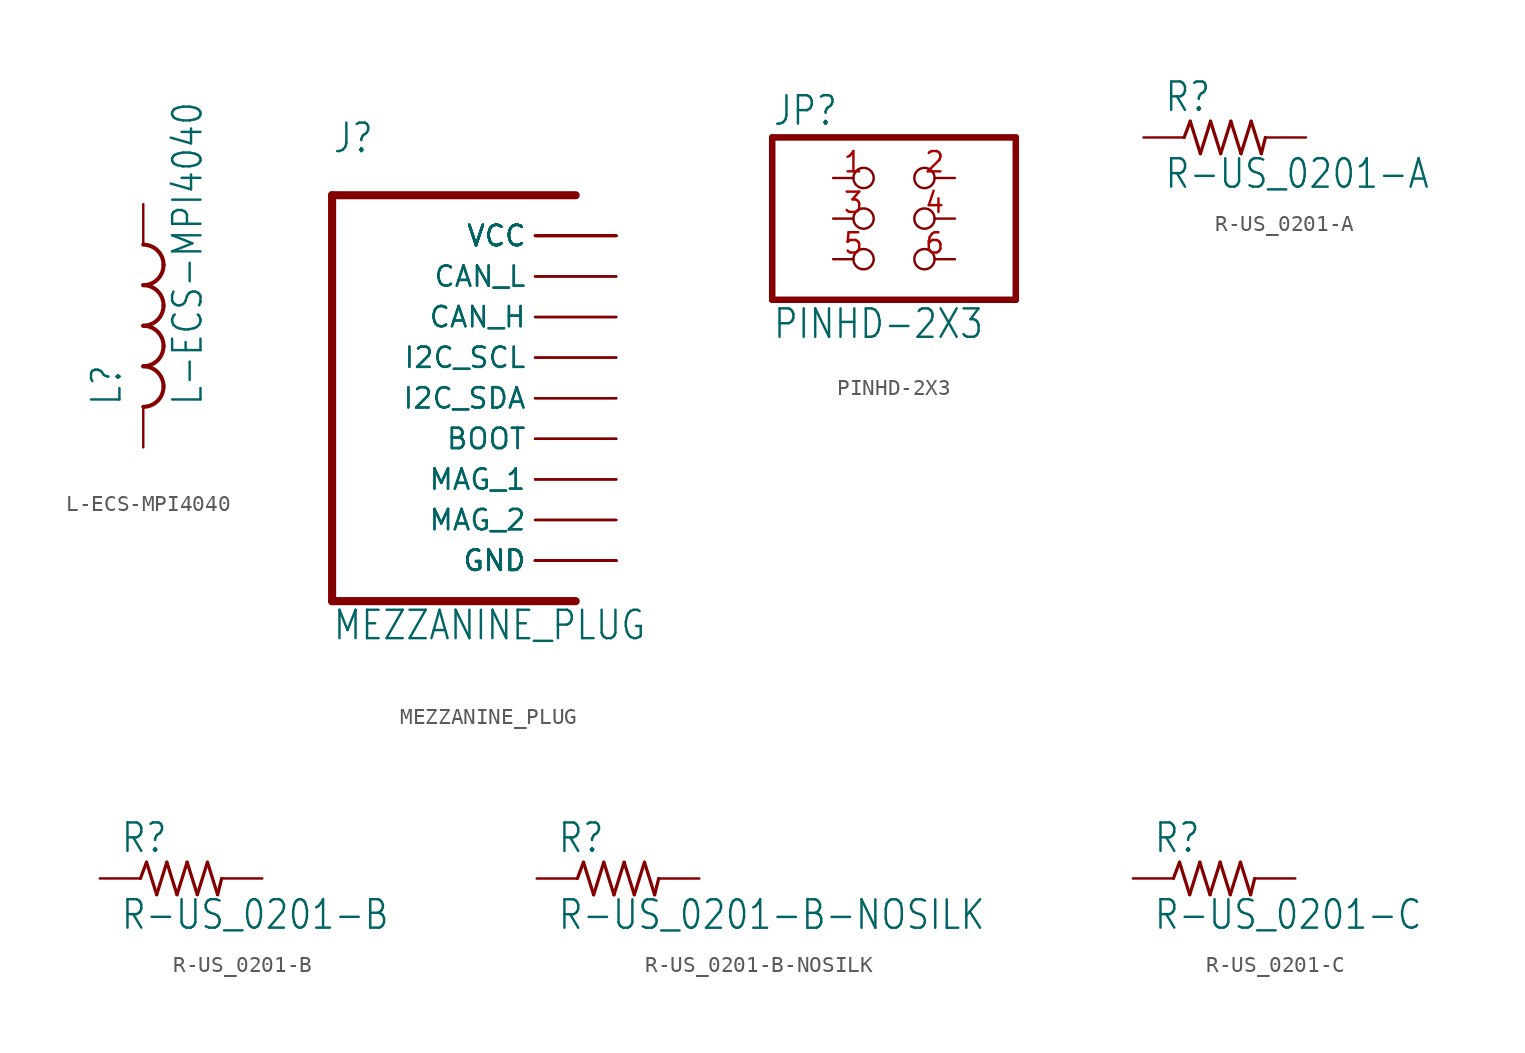
<source format=kicad_sym>
(kicad_symbol_lib
  (version 20210619)
  (generator kicad_symbol_editor)
  (symbol "L-ECS-MPI4040"
    (property "Reference" "L"
      (at -1.27 -5.08 90)
      (effects (font (size 1.778 1.511)) (justify left bottom)))
    (property "Value" "L-ECS-MPI4040"
      (at 3.81 -5.08 90)
      (effects (font (size 1.778 1.511)) (justify left bottom)))
    (property "ki_locked" ""
      (at 0 0 0)
      (effects (font (size 1.27 1.27))))
    (symbol "L-ECS-MPI4040_1_0"
      (arc (start 1.27 -3.81) (end 0 -2.54) (radius (at 0 -3.81) (length 1.27) (angles 0 90)) (stroke (width 0.254)) (fill (type none)))
      (arc (start 0 -5.08) (end 1.27 -3.81) (radius (at 0 -3.81) (length 1.27) (angles -90 0)) (stroke (width 0.254)) (fill (type none)))
      (arc (start 1.27 -1.27) (end 0 0) (radius (at 0 -1.27) (length 1.27) (angles 0 90)) (stroke (width 0.254)) (fill (type none)))
      (arc (start 0 -2.54) (end 1.27 -1.27) (radius (at 0 -1.27) (length 1.27) (angles -90 0)) (stroke (width 0.254)) (fill (type none)))
      (arc (start 1.27 1.27) (end 0 2.54) (radius (at 0 1.27) (length 1.27) (angles 0 90)) (stroke (width 0.254)) (fill (type none)))
      (arc (start 0 0) (end 1.27 1.27) (radius (at 0 1.27) (length 1.27) (angles -90 0)) (stroke (width 0.254)) (fill (type none)))
      (arc (start 1.27 3.81) (end 0 5.08) (radius (at 0 3.81) (length 1.27) (angles 0 90)) (stroke (width 0.254)) (fill (type none)))
      (arc (start 0 2.54) (end 1.27 3.81) (radius (at 0 3.81) (length 1.27) (angles -90 0)) (stroke (width 0.254)) (fill (type none)))
      (pin passive line (at 0 7.62 270) (length 2.54) (name "1" (effects (font (size 0 0)))) (number "1" (effects (font (size 0 0)))))
      (pin passive line (at 0 -7.62 90) (length 2.54) (name "2" (effects (font (size 0 0)))) (number "2" (effects (font (size 0 0)))))))
  (symbol "MEZZANINE_PLUG"
    (property "Reference" "J"
      (at -12.7 15.24 0)
      (effects (font (size 1.778 1.511)) (justify left bottom)))
    (property "Value" "MEZZANINE_PLUG"
      (at -12.7 -15.24 0)
      (effects (font (size 1.778 1.511)) (justify left bottom)))
    (property "ki_locked" ""
      (at 0 0 0)
      (effects (font (size 1.27 1.27))))
    (symbol "MEZZANINE_PLUG_1_0"
      (polyline (pts (xy -12.7 -12.7) (xy 2.54 -12.7)) (stroke (width 0.508)) (fill (type none)))
      (polyline (pts (xy -12.7 12.7) (xy -12.7 -12.7)) (stroke (width 0.508)) (fill (type none)))
      (polyline (pts (xy 2.54 12.7) (xy -12.7 12.7)) (stroke (width 0.508)) (fill (type none)))
      (pin bidirectional line (at 5.08 -10.16 180) (length 5.08) (name "GND" (effects (font (size 1.27 1.27)))) (number "P$1" (effects (font (size 0 0)))))
      (pin bidirectional line (at 5.08 -5.08 180) (length 5.08) (name "MAG_1" (effects (font (size 1.27 1.27)))) (number "P$10" (effects (font (size 0 0)))))
      (pin bidirectional line (at 5.08 -7.62 180) (length 5.08) (name "MAG_2" (effects (font (size 1.27 1.27)))) (number "P$11" (effects (font (size 0 0)))))
      (pin bidirectional line (at 5.08 10.16 180) (length 5.08) (name "VCC" (effects (font (size 1.27 1.27)))) (number "P$12" (effects (font (size 0 0)))))
      (pin bidirectional line (at 5.08 10.16 180) (length 5.08) (name "VCC" (effects (font (size 1.27 1.27)))) (number "P$13" (effects (font (size 0 0)))))
      (pin bidirectional line (at 5.08 -10.16 180) (length 5.08) (name "GND" (effects (font (size 1.27 1.27)))) (number "P$14" (effects (font (size 0 0)))))
      (pin bidirectional line (at 5.08 -10.16 180) (length 5.08) (name "GND" (effects (font (size 1.27 1.27)))) (number "P$15" (effects (font (size 0 0)))))
      (pin bidirectional line (at 5.08 -10.16 180) (length 5.08) (name "GND" (effects (font (size 1.27 1.27)))) (number "P$16" (effects (font (size 0 0)))))
      (pin bidirectional line (at 5.08 -10.16 180) (length 5.08) (name "GND" (effects (font (size 1.27 1.27)))) (number "P$17" (effects (font (size 0 0)))))
      (pin bidirectional line (at 5.08 10.16 180) (length 5.08) (name "VCC" (effects (font (size 1.27 1.27)))) (number "P$18" (effects (font (size 0 0)))))
      (pin bidirectional line (at 5.08 10.16 180) (length 5.08) (name "VCC" (effects (font (size 1.27 1.27)))) (number "P$19" (effects (font (size 0 0)))))
      (pin bidirectional line (at 5.08 -10.16 180) (length 5.08) (name "GND" (effects (font (size 1.27 1.27)))) (number "P$2" (effects (font (size 0 0)))))
      (pin bidirectional line (at 5.08 -7.62 180) (length 5.08) (name "MAG_2" (effects (font (size 1.27 1.27)))) (number "P$20" (effects (font (size 0 0)))))
      (pin bidirectional line (at 5.08 -5.08 180) (length 5.08) (name "MAG_1" (effects (font (size 1.27 1.27)))) (number "P$21" (effects (font (size 0 0)))))
      (pin bidirectional line (at 5.08 -2.54 180) (length 5.08) (name "BOOT" (effects (font (size 1.27 1.27)))) (number "P$22" (effects (font (size 0 0)))))
      (pin bidirectional line (at 5.08 0 180) (length 5.08) (name "I2C_SDA" (effects (font (size 1.27 1.27)))) (number "P$23" (effects (font (size 0 0)))))
      (pin bidirectional line (at 5.08 2.54 180) (length 5.08) (name "I2C_SCL" (effects (font (size 1.27 1.27)))) (number "P$24" (effects (font (size 0 0)))))
      (pin bidirectional line (at 5.08 5.08 180) (length 5.08) (name "CAN_H" (effects (font (size 1.27 1.27)))) (number "P$25" (effects (font (size 0 0)))))
      (pin bidirectional line (at 5.08 7.62 180) (length 5.08) (name "CAN_L" (effects (font (size 1.27 1.27)))) (number "P$26" (effects (font (size 0 0)))))
      (pin bidirectional line (at 5.08 10.16 180) (length 5.08) (name "VCC" (effects (font (size 1.27 1.27)))) (number "P$27" (effects (font (size 0 0)))))
      (pin bidirectional line (at 5.08 10.16 180) (length 5.08) (name "VCC" (effects (font (size 1.27 1.27)))) (number "P$28" (effects (font (size 0 0)))))
      (pin bidirectional line (at 5.08 -10.16 180) (length 5.08) (name "GND" (effects (font (size 1.27 1.27)))) (number "P$29" (effects (font (size 0 0)))))
      (pin bidirectional line (at 5.08 10.16 180) (length 5.08) (name "VCC" (effects (font (size 1.27 1.27)))) (number "P$3" (effects (font (size 0 0)))))
      (pin bidirectional line (at 5.08 -10.16 180) (length 5.08) (name "GND" (effects (font (size 1.27 1.27)))) (number "P$30" (effects (font (size 0 0)))))
      (pin bidirectional line (at 5.08 10.16 180) (length 5.08) (name "VCC" (effects (font (size 1.27 1.27)))) (number "P$4" (effects (font (size 0 0)))))
      (pin bidirectional line (at 5.08 7.62 180) (length 5.08) (name "CAN_L" (effects (font (size 1.27 1.27)))) (number "P$5" (effects (font (size 0 0)))))
      (pin bidirectional line (at 5.08 5.08 180) (length 5.08) (name "CAN_H" (effects (font (size 1.27 1.27)))) (number "P$6" (effects (font (size 0 0)))))
      (pin bidirectional line (at 5.08 2.54 180) (length 5.08) (name "I2C_SCL" (effects (font (size 1.27 1.27)))) (number "P$7" (effects (font (size 0 0)))))
      (pin bidirectional line (at 5.08 0 180) (length 5.08) (name "I2C_SDA" (effects (font (size 1.27 1.27)))) (number "P$8" (effects (font (size 0 0)))))
      (pin bidirectional line (at 5.08 -2.54 180) (length 5.08) (name "BOOT" (effects (font (size 1.27 1.27)))) (number "P$9" (effects (font (size 0 0)))))))
  (symbol "PINHD-2X3"
    (property "Reference" "JP"
      (at -6.35 5.715 0)
      (effects (font (size 1.778 1.511)) (justify left bottom)))
    (property "Value" "PINHD-2X3"
      (at -6.35 -7.62 0)
      (effects (font (size 1.778 1.511)) (justify left bottom)))
    (property "ki_locked" ""
      (at 0 0 0)
      (effects (font (size 1.27 1.27))))
    (symbol "PINHD-2X3_1_0"
      (polyline (pts (xy -6.35 -5.08) (xy 8.89 -5.08)) (stroke (width 0.406)) (fill (type none)))
      (polyline (pts (xy -6.35 5.08) (xy -6.35 -5.08)) (stroke (width 0.406)) (fill (type none)))
      (polyline (pts (xy 8.89 -5.08) (xy 8.89 5.08)) (stroke (width 0.406)) (fill (type none)))
      (polyline (pts (xy 8.89 5.08) (xy -6.35 5.08)) (stroke (width 0.406)) (fill (type none)))
      (pin passive inverted (at -2.54 2.54 0) (length 2.54) (name "1" (effects (font (size 0 0)))) (number "1" (effects (font (size 1.27 1.27)))))
      (pin passive inverted (at 5.08 2.54 180) (length 2.54) (name "2" (effects (font (size 0 0)))) (number "2" (effects (font (size 1.27 1.27)))))
      (pin passive inverted (at -2.54 0 0) (length 2.54) (name "3" (effects (font (size 0 0)))) (number "3" (effects (font (size 1.27 1.27)))))
      (pin passive inverted (at 5.08 0 180) (length 2.54) (name "4" (effects (font (size 0 0)))) (number "4" (effects (font (size 1.27 1.27)))))
      (pin passive inverted (at -2.54 -2.54 0) (length 2.54) (name "5" (effects (font (size 0 0)))) (number "5" (effects (font (size 1.27 1.27)))))
      (pin passive inverted (at 5.08 -2.54 180) (length 2.54) (name "6" (effects (font (size 0 0)))) (number "6" (effects (font (size 1.27 1.27)))))))
  (symbol "R-US_0201-A"
    (property "Reference" "R"
      (at -3.81 1.499 0)
      (effects (font (size 1.778 1.511)) (justify left bottom)))
    (property "Value" "R-US_0201-A"
      (at -3.81 -3.302 0)
      (effects (font (size 1.778 1.511)) (justify left bottom)))
    (property "ki_locked" ""
      (at 0 0 0)
      (effects (font (size 1.27 1.27))))
    (symbol "R-US_0201-A_1_0"
      (polyline (pts (xy -2.54 0) (xy -2.159 1.016)) (stroke (width 0.203)) (fill (type none)))
      (polyline (pts (xy -2.159 1.016) (xy -1.524 -1.016)) (stroke (width 0.203)) (fill (type none)))
      (polyline (pts (xy -1.524 -1.016) (xy -0.889 1.016)) (stroke (width 0.203)) (fill (type none)))
      (polyline (pts (xy -0.889 1.016) (xy -0.254 -1.016)) (stroke (width 0.203)) (fill (type none)))
      (polyline (pts (xy -0.254 -1.016) (xy 0.381 1.016)) (stroke (width 0.203)) (fill (type none)))
      (polyline (pts (xy 0.381 1.016) (xy 1.016 -1.016)) (stroke (width 0.203)) (fill (type none)))
      (polyline (pts (xy 1.016 -1.016) (xy 1.651 1.016)) (stroke (width 0.203)) (fill (type none)))
      (polyline (pts (xy 1.651 1.016) (xy 2.286 -1.016)) (stroke (width 0.203)) (fill (type none)))
      (polyline (pts (xy 2.286 -1.016) (xy 2.54 0)) (stroke (width 0.203)) (fill (type none)))
      (pin passive line (at -5.08 0 0) (length 2.54) (name "1" (effects (font (size 0 0)))) (number "1" (effects (font (size 0 0)))))
      (pin passive line (at 5.08 0 180) (length 2.54) (name "2" (effects (font (size 0 0)))) (number "2" (effects (font (size 0 0)))))))
  (symbol "R-US_0201-B"
    (property "Reference" "R"
      (at -3.81 1.499 0)
      (effects (font (size 1.778 1.511)) (justify left bottom)))
    (property "Value" "R-US_0201-B"
      (at -3.81 -3.302 0)
      (effects (font (size 1.778 1.511)) (justify left bottom)))
    (property "ki_locked" ""
      (at 0 0 0)
      (effects (font (size 1.27 1.27))))
    (symbol "R-US_0201-B_1_0"
      (polyline (pts (xy -2.54 0) (xy -2.159 1.016)) (stroke (width 0.203)) (fill (type none)))
      (polyline (pts (xy -2.159 1.016) (xy -1.524 -1.016)) (stroke (width 0.203)) (fill (type none)))
      (polyline (pts (xy -1.524 -1.016) (xy -0.889 1.016)) (stroke (width 0.203)) (fill (type none)))
      (polyline (pts (xy -0.889 1.016) (xy -0.254 -1.016)) (stroke (width 0.203)) (fill (type none)))
      (polyline (pts (xy -0.254 -1.016) (xy 0.381 1.016)) (stroke (width 0.203)) (fill (type none)))
      (polyline (pts (xy 0.381 1.016) (xy 1.016 -1.016)) (stroke (width 0.203)) (fill (type none)))
      (polyline (pts (xy 1.016 -1.016) (xy 1.651 1.016)) (stroke (width 0.203)) (fill (type none)))
      (polyline (pts (xy 1.651 1.016) (xy 2.286 -1.016)) (stroke (width 0.203)) (fill (type none)))
      (polyline (pts (xy 2.286 -1.016) (xy 2.54 0)) (stroke (width 0.203)) (fill (type none)))
      (pin passive line (at -5.08 0 0) (length 2.54) (name "1" (effects (font (size 0 0)))) (number "1" (effects (font (size 0 0)))))
      (pin passive line (at 5.08 0 180) (length 2.54) (name "2" (effects (font (size 0 0)))) (number "2" (effects (font (size 0 0)))))))
  (symbol "R-US_0201-B-NOSILK"
    (property "Reference" "R"
      (at -3.81 1.499 0)
      (effects (font (size 1.778 1.511)) (justify left bottom)))
    (property "Value" "R-US_0201-B-NOSILK"
      (at -3.81 -3.302 0)
      (effects (font (size 1.778 1.511)) (justify left bottom)))
    (property "ki_locked" ""
      (at 0 0 0)
      (effects (font (size 1.27 1.27))))
    (symbol "R-US_0201-B-NOSILK_1_0"
      (polyline (pts (xy -2.54 0) (xy -2.159 1.016)) (stroke (width 0.203)) (fill (type none)))
      (polyline (pts (xy -2.159 1.016) (xy -1.524 -1.016)) (stroke (width 0.203)) (fill (type none)))
      (polyline (pts (xy -1.524 -1.016) (xy -0.889 1.016)) (stroke (width 0.203)) (fill (type none)))
      (polyline (pts (xy -0.889 1.016) (xy -0.254 -1.016)) (stroke (width 0.203)) (fill (type none)))
      (polyline (pts (xy -0.254 -1.016) (xy 0.381 1.016)) (stroke (width 0.203)) (fill (type none)))
      (polyline (pts (xy 0.381 1.016) (xy 1.016 -1.016)) (stroke (width 0.203)) (fill (type none)))
      (polyline (pts (xy 1.016 -1.016) (xy 1.651 1.016)) (stroke (width 0.203)) (fill (type none)))
      (polyline (pts (xy 1.651 1.016) (xy 2.286 -1.016)) (stroke (width 0.203)) (fill (type none)))
      (polyline (pts (xy 2.286 -1.016) (xy 2.54 0)) (stroke (width 0.203)) (fill (type none)))
      (pin passive line (at -5.08 0 0) (length 2.54) (name "1" (effects (font (size 0 0)))) (number "1" (effects (font (size 0 0)))))
      (pin passive line (at 5.08 0 180) (length 2.54) (name "2" (effects (font (size 0 0)))) (number "2" (effects (font (size 0 0)))))))
  (symbol "R-US_0201-C"
    (property "Reference" "R"
      (at -3.81 1.499 0)
      (effects (font (size 1.778 1.511)) (justify left bottom)))
    (property "Value" "R-US_0201-C"
      (at -3.81 -3.302 0)
      (effects (font (size 1.778 1.511)) (justify left bottom)))
    (property "ki_locked" ""
      (at 0 0 0)
      (effects (font (size 1.27 1.27))))
    (symbol "R-US_0201-C_1_0"
      (polyline (pts (xy -2.54 0) (xy -2.159 1.016)) (stroke (width 0.203)) (fill (type none)))
      (polyline (pts (xy -2.159 1.016) (xy -1.524 -1.016)) (stroke (width 0.203)) (fill (type none)))
      (polyline (pts (xy -1.524 -1.016) (xy -0.889 1.016)) (stroke (width 0.203)) (fill (type none)))
      (polyline (pts (xy -0.889 1.016) (xy -0.254 -1.016)) (stroke (width 0.203)) (fill (type none)))
      (polyline (pts (xy -0.254 -1.016) (xy 0.381 1.016)) (stroke (width 0.203)) (fill (type none)))
      (polyline (pts (xy 0.381 1.016) (xy 1.016 -1.016)) (stroke (width 0.203)) (fill (type none)))
      (polyline (pts (xy 1.016 -1.016) (xy 1.651 1.016)) (stroke (width 0.203)) (fill (type none)))
      (polyline (pts (xy 1.651 1.016) (xy 2.286 -1.016)) (stroke (width 0.203)) (fill (type none)))
      (polyline (pts (xy 2.286 -1.016) (xy 2.54 0)) (stroke (width 0.203)) (fill (type none)))
      (pin passive line (at -5.08 0 0) (length 2.54) (name "1" (effects (font (size 0 0)))) (number "1" (effects (font (size 0 0)))))
      (pin passive line (at 5.08 0 180) (length 2.54) (name "2" (effects (font (size 0 0)))) (number "2" (effects (font (size 0 0))))))))
</source>
